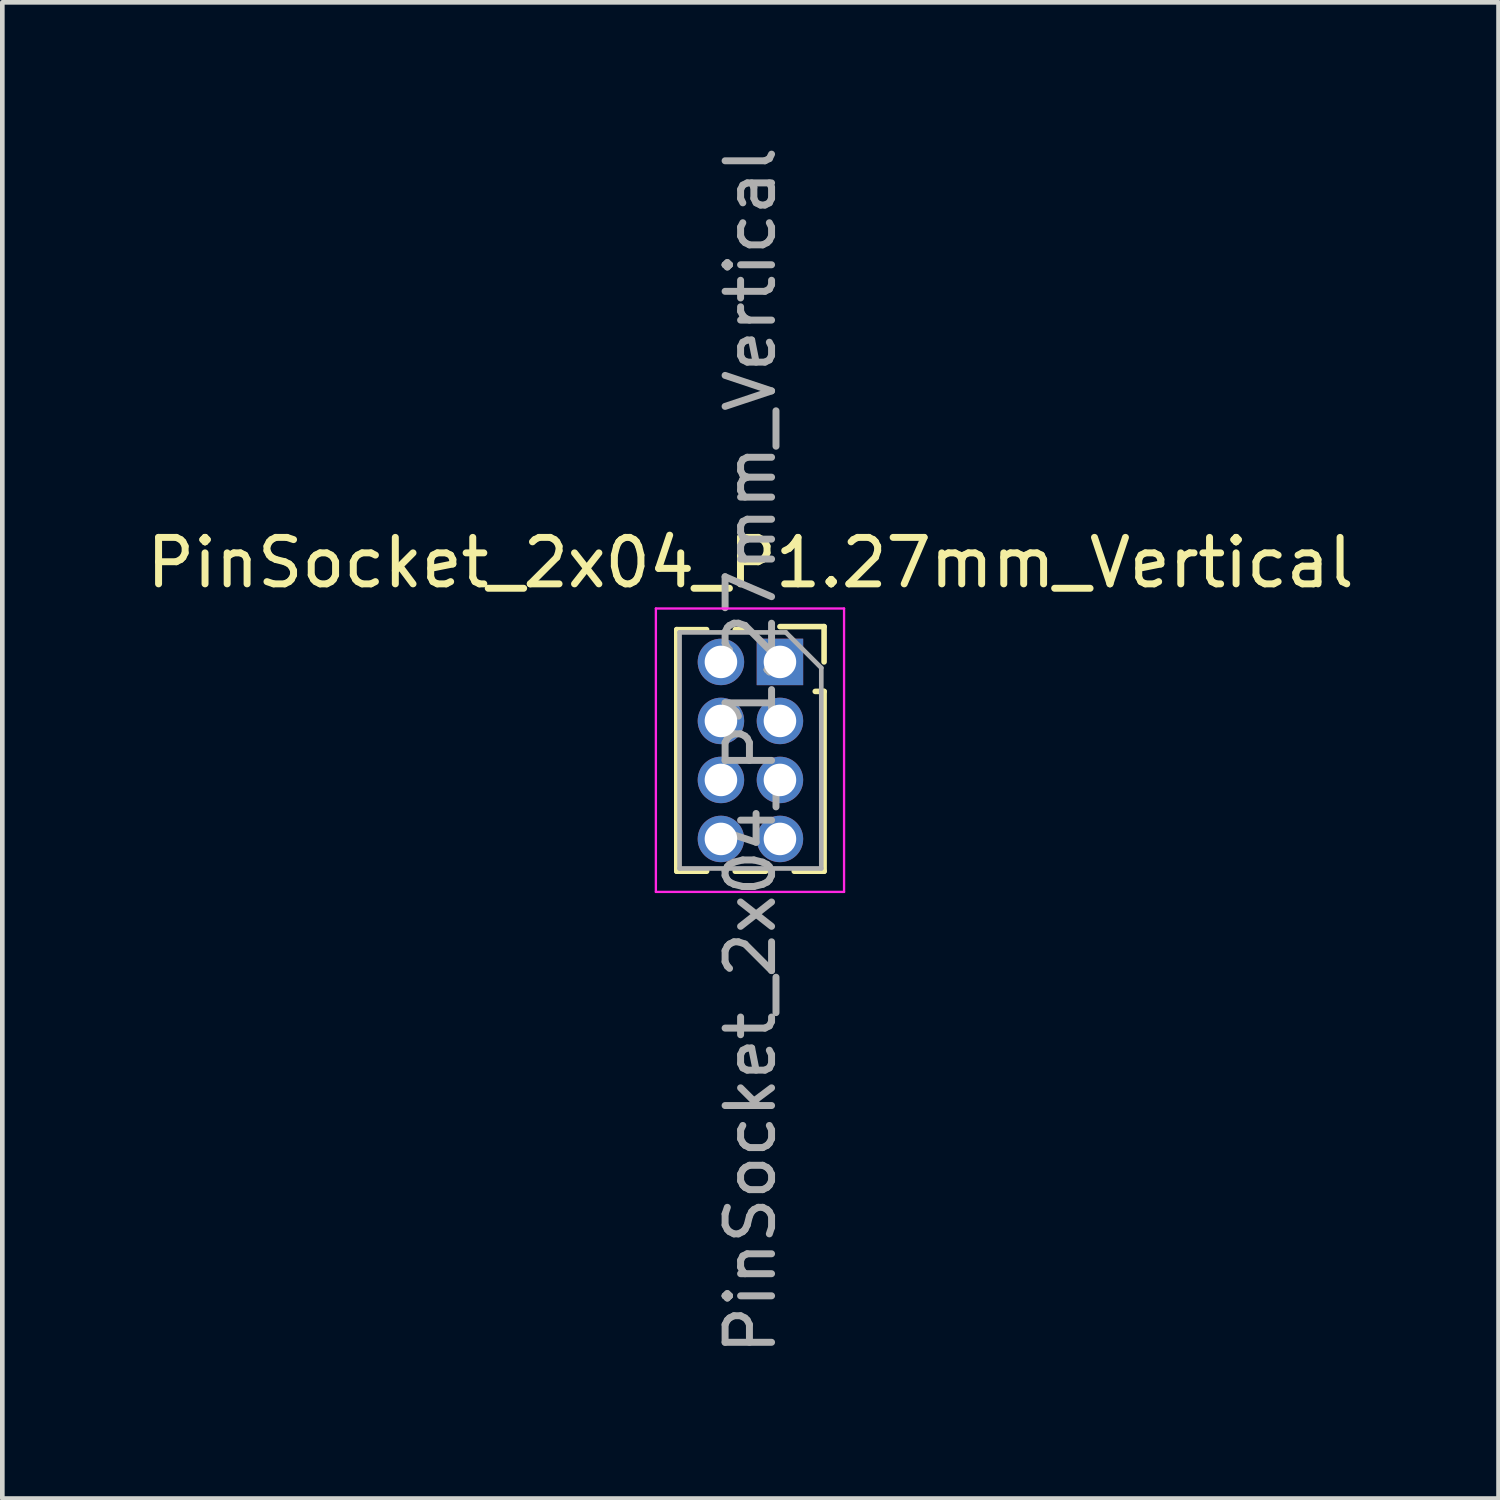
<source format=kicad_pcb>
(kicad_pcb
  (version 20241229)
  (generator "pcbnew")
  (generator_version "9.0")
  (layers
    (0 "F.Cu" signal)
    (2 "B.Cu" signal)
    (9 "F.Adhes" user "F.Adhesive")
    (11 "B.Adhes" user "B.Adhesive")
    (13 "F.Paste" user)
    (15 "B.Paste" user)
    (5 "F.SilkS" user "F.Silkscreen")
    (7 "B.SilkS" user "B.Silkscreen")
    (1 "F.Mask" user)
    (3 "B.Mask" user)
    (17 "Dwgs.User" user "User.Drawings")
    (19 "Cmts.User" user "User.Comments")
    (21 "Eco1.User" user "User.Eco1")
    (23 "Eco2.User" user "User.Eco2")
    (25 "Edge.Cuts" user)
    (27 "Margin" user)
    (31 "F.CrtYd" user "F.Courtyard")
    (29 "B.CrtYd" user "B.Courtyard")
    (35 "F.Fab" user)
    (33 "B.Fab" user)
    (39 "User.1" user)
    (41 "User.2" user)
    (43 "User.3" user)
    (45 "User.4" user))
  (footprint "PinSocket_2x04_P1.27mm_Vertical"
    (layer "F.Cu")
    (at 13.736 11.196)
    (property "Reference" "PinSocket_2x04_P1.27mm_Vertical" (at -0.635 -2.135 0) (layer "F.SilkS") (effects (font (size 1 1) (thickness 0.15))))
    (attr through_hole)
    (fp_line (start -2.22 -0.695) (end -2.22 4.505) (stroke (width 0.12) (type solid)) (layer "F.SilkS"))
    (fp_line (start -2.22 -0.695) (end -1.578 -0.695) (stroke (width 0.12) (type solid)) (layer "F.SilkS"))
    (fp_line (start -2.22 4.505) (end -1.578 4.505) (stroke (width 0.12) (type solid)) (layer "F.SilkS"))
    (fp_line (start -0.962 -0.695) (end -0.76 -0.695) (stroke (width 0.12) (type solid)) (layer "F.SilkS"))
    (fp_line (start -0.962 4.505) (end -0.308 4.505) (stroke (width 0.12) (type solid)) (layer "F.SilkS"))
    (fp_line (start 0 -0.76) (end 0.95 -0.76) (stroke (width 0.12) (type solid)) (layer "F.SilkS"))
    (fp_line (start 0.308 4.505) (end 0.95 4.505) (stroke (width 0.12) (type solid)) (layer "F.SilkS"))
    (fp_line (start 0.76 0.635) (end 0.95 0.635) (stroke (width 0.12) (type solid)) (layer "F.SilkS"))
    (fp_line (start 0.95 -0.76) (end 0.95 0) (stroke (width 0.12) (type solid)) (layer "F.SilkS"))
    (fp_line (start 0.95 0.635) (end 0.95 4.505) (stroke (width 0.12) (type solid)) (layer "F.SilkS"))
    (fp_line (start -2.67 -1.15) (end 1.38 -1.15) (stroke (width 0.05) (type solid)) (layer "F.CrtYd"))
    (fp_line (start -2.67 4.95) (end -2.67 -1.15) (stroke (width 0.05) (type solid)) (layer "F.CrtYd"))
    (fp_line (start 1.38 -1.15) (end 1.38 4.95) (stroke (width 0.05) (type solid)) (layer "F.CrtYd"))
    (fp_line (start 1.38 4.95) (end -2.67 4.95) (stroke (width 0.05) (type solid)) (layer "F.CrtYd"))
    (fp_line (start -2.16 -0.635) (end 0.128 -0.635) (stroke (width 0.1) (type solid)) (layer "F.Fab"))
    (fp_line (start -2.16 4.445) (end -2.16 -0.635) (stroke (width 0.1) (type solid)) (layer "F.Fab"))
    (fp_line (start 0.128 -0.635) (end 0.89 0.128) (stroke (width 0.1) (type solid)) (layer "F.Fab"))
    (fp_line (start 0.89 0.128) (end 0.89 4.445) (stroke (width 0.1) (type solid)) (layer "F.Fab"))
    (fp_line (start 0.89 4.445) (end -2.16 4.445) (stroke (width 0.1) (type solid)) (layer "F.Fab"))
    (fp_text user "${REFERENCE}" (at -0.635 1.905 90) (layer "F.Fab") (effects (font (size 1 1) (thickness 0.15))))
    (pad "1" thru_hole rect (at 0 0) (size 1 1) (drill 0.7) (layers "*.Cu" "*.Mask"))
    (pad "2" thru_hole oval (at -1.27 0) (size 1 1) (drill 0.7) (layers "*.Cu" "*.Mask"))
    (pad "3" thru_hole oval (at 0 1.27) (size 1 1) (drill 0.7) (layers "*.Cu" "*.Mask"))
    (pad "4" thru_hole oval (at -1.27 1.27) (size 1 1) (drill 0.7) (layers "*.Cu" "*.Mask"))
    (pad "5" thru_hole oval (at 0 2.54) (size 1 1) (drill 0.7) (layers "*.Cu" "*.Mask"))
    (pad "6" thru_hole oval (at -1.27 2.54) (size 1 1) (drill 0.7) (layers "*.Cu" "*.Mask"))
    (pad "7" thru_hole oval (at 0 3.81) (size 1 1) (drill 0.7) (layers "*.Cu" "*.Mask"))
    (pad "8" thru_hole oval (at -1.27 3.81) (size 1 1) (drill 0.7) (layers "*.Cu" "*.Mask")))
  (gr_rect
    (start -3 -3)
    (end 29.202 29.202)
    (stroke (width 0.1) (type default))
    (fill no)
    (layer "Edge.Cuts")))
</source>
